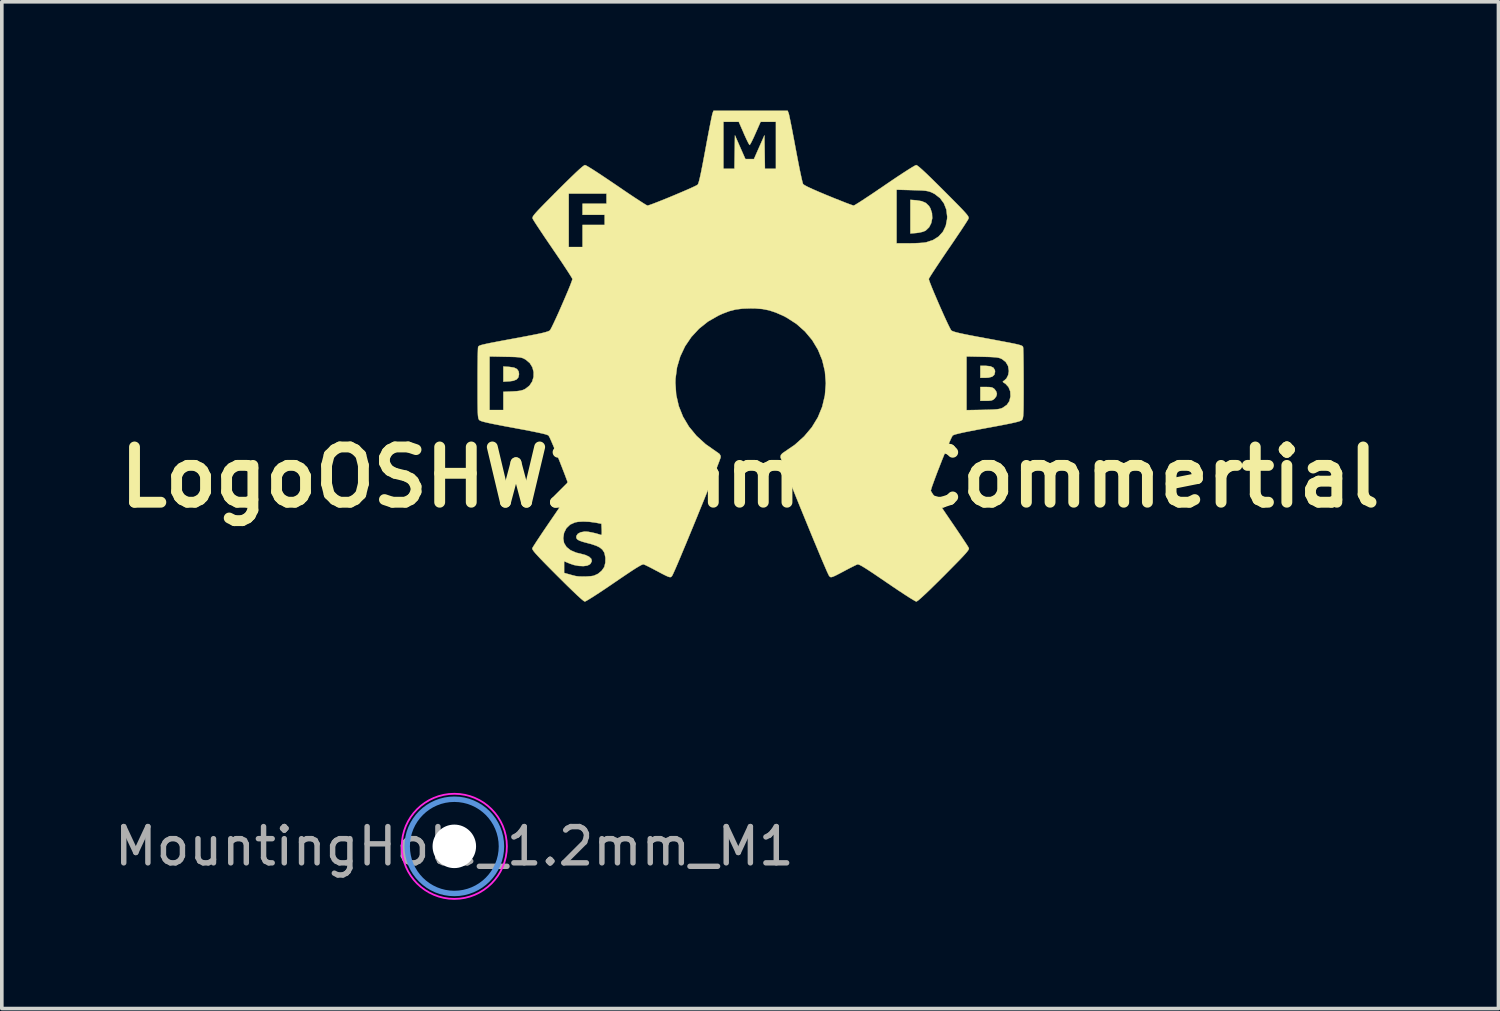
<source format=kicad_pcb>
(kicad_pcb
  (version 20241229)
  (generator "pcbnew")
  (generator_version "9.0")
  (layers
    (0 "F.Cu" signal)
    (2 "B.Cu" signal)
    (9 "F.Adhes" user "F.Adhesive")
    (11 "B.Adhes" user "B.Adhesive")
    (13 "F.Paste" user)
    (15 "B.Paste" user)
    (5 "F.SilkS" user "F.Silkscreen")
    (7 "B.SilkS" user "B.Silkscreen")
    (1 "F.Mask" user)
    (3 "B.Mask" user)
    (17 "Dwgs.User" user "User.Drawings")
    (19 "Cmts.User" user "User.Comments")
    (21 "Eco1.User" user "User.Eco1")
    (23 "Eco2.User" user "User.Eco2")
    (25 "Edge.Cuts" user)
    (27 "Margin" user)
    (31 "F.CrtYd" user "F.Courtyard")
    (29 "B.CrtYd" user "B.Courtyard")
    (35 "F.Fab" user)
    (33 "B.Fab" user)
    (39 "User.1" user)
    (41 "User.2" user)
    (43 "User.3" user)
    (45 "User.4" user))
  (footprint "MountingHole_1.2mm_M1"
    (layer "F.Cu")
    (at 9.482 20.296)
    (property "Reference" "MountingHole_1.2mm_M1" (at 0 -2.9 0) (layer "Eco2.User") (effects (font (size 1 1) (thickness 0.15))))
    (attr exclude_from_pos_files exclude_from_bom)
    (fp_circle (center 0 0) (end 1.3 0) (stroke (width 0.15) (type solid)) (fill no) (layer "Cmts.User"))
    (fp_circle (center 0 0) (end 1.45 0) (stroke (width 0.05) (type solid)) (fill no) (layer "F.CrtYd"))
    (fp_text user "${REFERENCE}" (at 0 0 0) (layer "F.Fab") (effects (font (size 1 1) (thickness 0.15))))
    (pad "" np_thru_hole circle (at 0 0) (size 1.2 1.2) (drill 1.2) (layers "*.Cu" "*.Mask")))
  (footprint "LogoOSHW20mmNoCommertial"
    (layer "F.Cu")
    (at 17.642 10.114)
    (property "Reference" "LogoOSHW20mmNoCommertial" (at 0 0 0) (layer "F.SilkS") (effects (font (size 1.524 1.524) (thickness 0.3))))
    (attr through_hole)
    (fp_poly (pts (xy -6.639 -3.043) (xy -6.513 -3.024) (xy -6.43 -2.983) (xy -6.386 -2.918) (xy -6.375 -2.845) (xy -6.392 -2.757) (xy -6.443 -2.697) (xy -6.533 -2.66) (xy -6.639 -2.646) (xy -6.807 -2.636) (xy -6.807 -3.054) (xy -6.639 -3.043)) (stroke (width 0.01) (type solid)) (fill yes) (layer "F.SilkS"))
    (fp_poly (pts (xy 6.628 -3.06) (xy 6.71 -3.021) (xy 6.751 -2.954) (xy 6.756 -2.908) (xy 6.736 -2.827) (xy 6.675 -2.773) (xy 6.572 -2.747) (xy 6.502 -2.743) (xy 6.35 -2.743) (xy 6.35 -3.073) (xy 6.502 -3.073) (xy 6.628 -3.06)) (stroke (width 0.01) (type solid)) (fill yes) (layer "F.SilkS"))
    (fp_poly (pts (xy 4.584 -7.639) (xy 4.735 -7.614) (xy 4.848 -7.564) (xy 4.932 -7.483) (xy 4.972 -7.417) (xy 5.016 -7.284) (xy 5.023 -7.144) (xy 4.995 -7.01) (xy 4.936 -6.894) (xy 4.846 -6.808) (xy 4.831 -6.798) (xy 4.758 -6.769) (xy 4.657 -6.747) (xy 4.584 -6.737) (xy 4.42 -6.724) (xy 4.42 -7.652) (xy 4.584 -7.639)) (stroke (width 0.01) (type solid)) (fill yes) (layer "F.SilkS"))
    (fp_poly (pts (xy 6.612 -2.486) (xy 6.674 -2.475) (xy 6.719 -2.45) (xy 6.745 -2.427) (xy 6.788 -2.365) (xy 6.807 -2.301) (xy 6.807 -2.299) (xy 6.79 -2.235) (xy 6.747 -2.173) (xy 6.745 -2.171) (xy 6.702 -2.136) (xy 6.653 -2.117) (xy 6.58 -2.109) (xy 6.516 -2.108) (xy 6.35 -2.108) (xy 6.35 -2.489) (xy 6.516 -2.489) (xy 6.612 -2.486)) (stroke (width 0.01) (type solid)) (fill yes) (layer "F.SilkS"))
    (fp_poly (pts (xy 1.062 -10.039) (xy 1.073 -9.999) (xy 1.091 -9.914) (xy 1.116 -9.792) (xy 1.147 -9.638) (xy 1.181 -9.459) (xy 1.219 -9.26) (xy 1.257 -9.055) (xy 1.297 -8.844) (xy 1.335 -8.647) (xy 1.37 -8.471) (xy 1.402 -8.321) (xy 1.428 -8.203) (xy 1.448 -8.123) (xy 1.46 -8.087) (xy 1.498 -8.058) (xy 1.583 -8.012) (xy 1.716 -7.95) (xy 1.897 -7.871) (xy 2.126 -7.775) (xy 2.154 -7.764) (xy 2.327 -7.693) (xy 2.487 -7.63) (xy 2.625 -7.575) (xy 2.737 -7.533) (xy 2.815 -7.505) (xy 2.854 -7.493) (xy 2.856 -7.493) (xy 2.886 -7.507) (xy 2.952 -7.547) (xy 3.051 -7.609) (xy 3.177 -7.692) (xy 3.326 -7.79) (xy 3.492 -7.902) (xy 3.672 -8.024) (xy 3.712 -8.052) (xy 3.896 -8.177) (xy 4.067 -8.292) (xy 4.222 -8.394) (xy 4.356 -8.48) (xy 4.463 -8.547) (xy 4.539 -8.591) (xy 4.578 -8.61) (xy 4.581 -8.611) (xy 4.611 -8.596) (xy 4.667 -8.553) (xy 4.751 -8.479) (xy 4.865 -8.373) (xy 5.009 -8.234) (xy 5.185 -8.06) (xy 5.342 -7.904) (xy 5.52 -7.725) (xy 5.665 -7.579) (xy 5.78 -7.462) (xy 5.869 -7.369) (xy 5.934 -7.298) (xy 5.98 -7.244) (xy 6.008 -7.205) (xy 6.023 -7.176) (xy 6.027 -7.155) (xy 6.024 -7.136) (xy 6.022 -7.131) (xy 6.002 -7.095) (xy 5.957 -7.023) (xy 5.89 -6.919) (xy 5.804 -6.789) (xy 5.702 -6.638) (xy 5.589 -6.47) (xy 5.466 -6.291) (xy 5.462 -6.285) (xy 5.341 -6.107) (xy 5.23 -5.942) (xy 5.131 -5.793) (xy 5.048 -5.667) (xy 4.985 -5.568) (xy 4.943 -5.5) (xy 4.928 -5.469) (xy 4.928 -5.468) (xy 4.938 -5.429) (xy 4.966 -5.351) (xy 5.009 -5.242) (xy 5.064 -5.109) (xy 5.128 -4.959) (xy 5.196 -4.8) (xy 5.267 -4.639) (xy 5.336 -4.484) (xy 5.401 -4.342) (xy 5.458 -4.22) (xy 5.505 -4.125) (xy 5.537 -4.066) (xy 5.548 -4.05) (xy 5.573 -4.034) (xy 5.616 -4.017) (xy 5.683 -3.997) (xy 5.777 -3.974) (xy 5.903 -3.947) (xy 6.067 -3.914) (xy 6.272 -3.875) (xy 6.466 -3.839) (xy 6.721 -3.792) (xy 6.931 -3.752) (xy 7.101 -3.72) (xy 7.234 -3.694) (xy 7.335 -3.673) (xy 7.409 -3.655) (xy 7.46 -3.64) (xy 7.493 -3.627) (xy 7.513 -3.615) (xy 7.524 -3.602) (xy 7.528 -3.592) (xy 7.532 -3.558) (xy 7.535 -3.479) (xy 7.538 -3.362) (xy 7.54 -3.211) (xy 7.542 -3.032) (xy 7.543 -2.832) (xy 7.544 -2.616) (xy 7.544 -2.592) (xy 7.544 -2.344) (xy 7.543 -2.142) (xy 7.542 -1.98) (xy 7.54 -1.855) (xy 7.536 -1.76) (xy 7.532 -1.692) (xy 7.525 -1.644) (xy 7.517 -1.612) (xy 7.507 -1.591) (xy 7.499 -1.581) (xy 7.48 -1.566) (xy 7.443 -1.55) (xy 7.386 -1.532) (xy 7.303 -1.511) (xy 7.19 -1.486) (xy 7.042 -1.456) (xy 6.854 -1.42) (xy 6.623 -1.377) (xy 6.541 -1.362) (xy 6.283 -1.314) (xy 6.071 -1.273) (xy 5.902 -1.239) (xy 5.773 -1.21) (xy 5.68 -1.187) (xy 5.62 -1.168) (xy 5.589 -1.152) (xy 5.586 -1.149) (xy 5.564 -1.113) (xy 5.528 -1.037) (xy 5.48 -0.928) (xy 5.424 -0.795) (xy 5.362 -0.643) (xy 5.296 -0.481) (xy 5.231 -0.314) (xy 5.167 -0.151) (xy 5.109 0.003) (xy 5.059 0.139) (xy 5.019 0.25) (xy 4.994 0.33) (xy 4.984 0.372) (xy 4.984 0.375) (xy 5.001 0.406) (xy 5.043 0.473) (xy 5.108 0.572) (xy 5.191 0.697) (xy 5.29 0.844) (xy 5.401 1.008) (xy 5.506 1.162) (xy 5.625 1.336) (xy 5.735 1.499) (xy 5.833 1.645) (xy 5.915 1.769) (xy 5.979 1.866) (xy 6.019 1.931) (xy 6.033 1.958) (xy 6.033 1.977) (xy 6.021 2.004) (xy 5.993 2.043) (xy 5.948 2.098) (xy 5.881 2.172) (xy 5.79 2.268) (xy 5.672 2.389) (xy 5.524 2.539) (xy 5.344 2.721) (xy 5.138 2.925) (xy 4.964 3.096) (xy 4.821 3.232) (xy 4.711 3.333) (xy 4.634 3.399) (xy 4.591 3.427) (xy 4.585 3.429) (xy 4.553 3.415) (xy 4.484 3.375) (xy 4.383 3.313) (xy 4.256 3.231) (xy 4.108 3.134) (xy 3.943 3.023) (xy 3.774 2.908) (xy 3.564 2.765) (xy 3.393 2.649) (xy 3.255 2.558) (xy 3.148 2.49) (xy 3.069 2.443) (xy 3.013 2.415) (xy 2.977 2.403) (xy 2.961 2.403) (xy 2.92 2.421) (xy 2.844 2.458) (xy 2.743 2.509) (xy 2.629 2.569) (xy 2.607 2.581) (xy 2.467 2.655) (xy 2.366 2.707) (xy 2.294 2.74) (xy 2.247 2.755) (xy 2.216 2.754) (xy 2.195 2.74) (xy 2.176 2.716) (xy 2.174 2.713) (xy 2.154 2.672) (xy 2.116 2.591) (xy 2.065 2.472) (xy 2 2.322) (xy 1.925 2.144) (xy 1.842 1.944) (xy 1.751 1.727) (xy 1.656 1.496) (xy 1.558 1.257) (xy 1.459 1.015) (xy 1.36 0.774) (xy 1.265 0.539) (xy 1.175 0.314) (xy 1.091 0.105) (xy 1.016 -0.083) (xy 0.952 -0.247) (xy 0.9 -0.381) (xy 0.863 -0.481) (xy 0.842 -0.541) (xy 0.838 -0.557) (xy 0.849 -0.613) (xy 0.889 -0.659) (xy 0.933 -0.689) (xy 1.234 -0.896) (xy 1.49 -1.126) (xy 1.702 -1.378) (xy 1.868 -1.651) (xy 1.95 -1.85) (xy 5.969 -1.85) (xy 6.42 -1.858) (xy 6.587 -1.862) (xy 6.713 -1.867) (xy 6.805 -1.874) (xy 6.872 -1.884) (xy 6.923 -1.897) (xy 6.966 -1.915) (xy 6.971 -1.918) (xy 7.082 -1.996) (xy 7.151 -2.098) (xy 7.182 -2.23) (xy 7.175 -2.37) (xy 7.127 -2.488) (xy 7.044 -2.578) (xy 7.03 -2.587) (xy 6.98 -2.62) (xy 6.97 -2.64) (xy 6.996 -2.659) (xy 7.007 -2.665) (xy 7.071 -2.725) (xy 7.118 -2.818) (xy 7.137 -2.925) (xy 7.137 -2.935) (xy 7.115 -3.069) (xy 7.05 -3.18) (xy 6.95 -3.258) (xy 6.906 -3.279) (xy 6.859 -3.294) (xy 6.798 -3.305) (xy 6.716 -3.312) (xy 6.603 -3.318) (xy 6.45 -3.322) (xy 6.407 -3.323) (xy 5.969 -3.332) (xy 5.969 -1.85) (xy 1.95 -1.85) (xy 1.988 -1.943) (xy 2.062 -2.254) (xy 2.088 -2.581) (xy 2.088 -2.603) (xy 2.062 -2.924) (xy 1.989 -3.23) (xy 1.871 -3.518) (xy 1.712 -3.783) (xy 1.512 -4.022) (xy 1.276 -4.231) (xy 1.005 -4.405) (xy 0.905 -4.457) (xy 0.705 -4.544) (xy 0.523 -4.604) (xy 0.342 -4.64) (xy 0.142 -4.656) (xy 0.013 -4.658) (xy -0.207 -4.651) (xy -0.397 -4.627) (xy -0.576 -4.581) (xy -0.763 -4.51) (xy -0.879 -4.457) (xy -1.162 -4.295) (xy -1.41 -4.097) (xy -1.622 -3.868) (xy -1.796 -3.611) (xy -1.928 -3.331) (xy -2.017 -3.031) (xy -2.059 -2.715) (xy -2.062 -2.603) (xy -2.04 -2.275) (xy -1.969 -1.963) (xy -1.852 -1.67) (xy -1.689 -1.396) (xy -1.48 -1.142) (xy -1.227 -0.911) (xy -0.929 -0.702) (xy -0.908 -0.689) (xy -0.844 -0.641) (xy -0.817 -0.593) (xy -0.813 -0.557) (xy -0.822 -0.523) (xy -0.849 -0.448) (xy -0.892 -0.335) (xy -0.949 -0.189) (xy -1.018 -0.015) (xy -1.096 0.182) (xy -1.182 0.397) (xy -1.275 0.626) (xy -1.372 0.864) (xy -1.47 1.106) (xy -1.569 1.347) (xy -1.667 1.584) (xy -1.76 1.81) (xy -1.849 2.022) (xy -1.929 2.214) (xy -2 2.382) (xy -2.06 2.521) (xy -2.107 2.626) (xy -2.138 2.693) (xy -2.149 2.713) (xy -2.168 2.739) (xy -2.188 2.754) (xy -2.218 2.755) (xy -2.264 2.742) (xy -2.332 2.711) (xy -2.431 2.661) (xy -2.567 2.588) (xy -2.582 2.581) (xy -2.698 2.519) (xy -2.801 2.466) (xy -2.883 2.426) (xy -2.931 2.405) (xy -2.936 2.403) (xy -2.96 2.405) (xy -3.001 2.421) (xy -3.063 2.455) (xy -3.15 2.507) (xy -3.265 2.581) (xy -3.412 2.679) (xy -3.594 2.802) (xy -3.749 2.908) (xy -3.925 3.028) (xy -4.089 3.138) (xy -4.237 3.235) (xy -4.363 3.316) (xy -4.462 3.377) (xy -4.529 3.416) (xy -4.56 3.429) (xy -4.593 3.411) (xy -4.66 3.356) (xy -4.761 3.265) (xy -4.894 3.138) (xy -5.06 2.977) (xy -5.256 2.782) (xy -5.318 2.721) (xy -5.5 2.538) (xy -5.648 2.388) (xy -5.766 2.267) (xy -5.856 2.171) (xy -5.923 2.098) (xy -5.968 2.043) (xy -5.995 2.004) (xy -6.008 1.976) (xy -6.008 1.958) (xy -5.99 1.925) (xy -5.946 1.856) (xy -5.881 1.755) (xy -5.834 1.685) (xy -5.156 1.685) (xy -5.133 1.815) (xy -5.064 1.926) (xy -4.952 2.015) (xy -4.799 2.081) (xy -4.685 2.108) (xy -4.543 2.146) (xy -4.441 2.194) (xy -4.382 2.251) (xy -4.368 2.315) (xy -4.401 2.381) (xy -4.422 2.403) (xy -4.494 2.438) (xy -4.599 2.452) (xy -4.725 2.446) (xy -4.859 2.421) (xy -4.972 2.383) (xy -5.131 2.317) (xy -5.131 2.64) (xy -4.997 2.677) (xy -4.912 2.701) (xy -4.84 2.719) (xy -4.813 2.726) (xy -4.733 2.736) (xy -4.623 2.74) (xy -4.504 2.738) (xy -4.395 2.73) (xy -4.316 2.718) (xy -4.312 2.717) (xy -4.196 2.664) (xy -4.095 2.58) (xy -4.026 2.481) (xy -4.022 2.472) (xy -3.994 2.356) (xy -3.991 2.224) (xy -4.015 2.103) (xy -4.029 2.068) (xy -4.075 1.998) (xy -4.145 1.939) (xy -4.246 1.889) (xy -4.386 1.842) (xy -4.486 1.816) (xy -4.623 1.779) (xy -4.715 1.746) (xy -4.77 1.712) (xy -4.794 1.673) (xy -4.793 1.624) (xy -4.791 1.618) (xy -4.752 1.56) (xy -4.675 1.519) (xy -4.57 1.5) (xy -4.536 1.499) (xy -4.462 1.506) (xy -4.361 1.525) (xy -4.255 1.549) (xy -4.164 1.576) (xy -4.133 1.587) (xy -4.108 1.593) (xy -4.095 1.578) (xy -4.092 1.532) (xy -4.094 1.445) (xy -4.102 1.283) (xy -4.267 1.252) (xy -4.437 1.229) (xy -4.603 1.222) (xy -4.748 1.23) (xy -4.832 1.246) (xy -4.966 1.307) (xy -5.068 1.405) (xy -5.133 1.533) (xy -5.156 1.683) (xy -5.156 1.685) (xy -5.834 1.685) (xy -5.796 1.627) (xy -5.697 1.479) (xy -5.585 1.314) (xy -5.481 1.162) (xy -5.362 0.988) (xy -5.252 0.826) (xy -5.155 0.681) (xy -5.074 0.559) (xy -5.012 0.463) (xy -4.972 0.4) (xy -4.959 0.375) (xy -4.965 0.341) (xy -4.988 0.267) (xy -5.025 0.16) (xy -5.074 0.028) (xy -5.131 -0.123) (xy -5.194 -0.285) (xy -5.259 -0.451) (xy -5.325 -0.615) (xy -5.388 -0.769) (xy -5.446 -0.906) (xy -5.495 -1.02) (xy -5.533 -1.102) (xy -5.558 -1.146) (xy -5.56 -1.149) (xy -5.586 -1.164) (xy -5.64 -1.183) (xy -5.726 -1.205) (xy -5.848 -1.232) (xy -6.008 -1.265) (xy -6.211 -1.305) (xy -6.46 -1.351) (xy -6.516 -1.362) (xy -6.762 -1.407) (xy -6.962 -1.446) (xy -7.122 -1.477) (xy -7.246 -1.504) (xy -7.338 -1.526) (xy -7.402 -1.544) (xy -7.445 -1.561) (xy -7.469 -1.576) (xy -7.474 -1.581) (xy -7.485 -1.597) (xy -7.495 -1.621) (xy -7.502 -1.658) (xy -7.508 -1.712) (xy -7.512 -1.788) (xy -7.514 -1.854) (xy -7.188 -1.854) (xy -6.807 -1.854) (xy -6.807 -2.356) (xy -6.56 -2.366) (xy -6.432 -2.374) (xy -6.339 -2.386) (xy -6.268 -2.406) (xy -6.201 -2.437) (xy -6.198 -2.439) (xy -6.087 -2.526) (xy -6.012 -2.639) (xy -5.974 -2.767) (xy -5.972 -2.902) (xy -6.006 -3.032) (xy -6.077 -3.148) (xy -6.184 -3.239) (xy -6.189 -3.242) (xy -6.235 -3.269) (xy -6.278 -3.288) (xy -6.325 -3.301) (xy -6.386 -3.31) (xy -6.471 -3.316) (xy -6.588 -3.32) (xy -6.747 -3.323) (xy -6.75 -3.323) (xy -7.188 -3.332) (xy -7.188 -1.854) (xy -7.514 -1.854) (xy -7.515 -1.892) (xy -7.517 -2.029) (xy -7.518 -2.203) (xy -7.518 -2.42) (xy -7.518 -2.592) (xy -7.518 -2.809) (xy -7.517 -3.011) (xy -7.515 -3.192) (xy -7.513 -3.346) (xy -7.51 -3.468) (xy -7.507 -3.551) (xy -7.503 -3.59) (xy -7.503 -3.592) (xy -7.496 -3.605) (xy -7.484 -3.618) (xy -7.462 -3.63) (xy -7.425 -3.644) (xy -7.368 -3.659) (xy -7.289 -3.677) (xy -7.181 -3.7) (xy -7.04 -3.727) (xy -6.862 -3.761) (xy -6.641 -3.802) (xy -6.441 -3.839) (xy -6.199 -3.884) (xy -6.003 -3.922) (xy -5.848 -3.953) (xy -5.729 -3.979) (xy -5.641 -4.002) (xy -5.58 -4.021) (xy -5.541 -4.038) (xy -5.523 -4.05) (xy -5.501 -4.085) (xy -5.463 -4.158) (xy -5.412 -4.264) (xy -5.351 -4.395) (xy -5.284 -4.543) (xy -5.214 -4.702) (xy -5.144 -4.863) (xy -5.077 -5.019) (xy -5.016 -5.163) (xy -4.965 -5.288) (xy -4.928 -5.386) (xy -4.906 -5.449) (xy -4.902 -5.468) (xy -4.916 -5.497) (xy -4.956 -5.562) (xy -5.018 -5.66) (xy -5.1 -5.785) (xy -5.197 -5.932) (xy -5.308 -6.096) (xy -5.429 -6.273) (xy -5.437 -6.285) (xy -5.559 -6.464) (xy -5.673 -6.632) (xy -5.775 -6.785) (xy -5.862 -6.916) (xy -5.93 -7.02) (xy -5.976 -7.094) (xy -5.997 -7.13) (xy -5.997 -7.131) (xy -6.002 -7.149) (xy -6 -7.169) (xy -5.989 -7.196) (xy -5.964 -7.232) (xy -5.924 -7.28) (xy -5.865 -7.346) (xy -5.783 -7.432) (xy -5.676 -7.542) (xy -5.54 -7.679) (xy -5.397 -7.823) (xy -5.004 -7.823) (xy -5.004 -6.35) (xy -4.623 -6.35) (xy -4.623 -6.452) (xy 4.039 -6.452) (xy 4.38 -6.452) (xy 4.521 -6.454) (xy 4.657 -6.46) (xy 4.772 -6.468) (xy 4.853 -6.479) (xy 4.856 -6.48) (xy 5.046 -6.543) (xy 5.201 -6.641) (xy 5.319 -6.773) (xy 5.397 -6.934) (xy 5.433 -7.123) (xy 5.436 -7.188) (xy 5.413 -7.383) (xy 5.346 -7.554) (xy 5.239 -7.699) (xy 5.092 -7.813) (xy 5.016 -7.852) (xy 4.963 -7.874) (xy 4.906 -7.89) (xy 4.838 -7.902) (xy 4.747 -7.91) (xy 4.625 -7.915) (xy 4.464 -7.92) (xy 4.039 -7.931) (xy 4.039 -6.452) (xy -4.623 -6.452) (xy -4.623 -6.96) (xy -4.013 -6.96) (xy -4.013 -7.239) (xy -4.623 -7.239) (xy -4.623 -7.544) (xy -3.962 -7.544) (xy -3.962 -7.823) (xy -5.004 -7.823) (xy -5.397 -7.823) (xy -5.372 -7.848) (xy -5.317 -7.904) (xy -5.115 -8.105) (xy -4.946 -8.27) (xy -4.81 -8.401) (xy -4.703 -8.5) (xy -4.626 -8.566) (xy -4.576 -8.602) (xy -4.556 -8.611) (xy -4.523 -8.597) (xy -4.453 -8.557) (xy -4.351 -8.494) (xy -4.222 -8.411) (xy -4.071 -8.311) (xy -3.902 -8.198) (xy -3.72 -8.075) (xy -3.686 -8.052) (xy -3.505 -7.928) (xy -3.335 -7.813) (xy -3.182 -7.711) (xy -3.051 -7.626) (xy -2.946 -7.558) (xy -2.872 -7.513) (xy -2.834 -7.494) (xy -2.831 -7.493) (xy -2.792 -7.503) (xy -2.714 -7.53) (xy -2.606 -7.571) (xy -2.473 -7.623) (xy -2.324 -7.683) (xy -2.166 -7.748) (xy -2.007 -7.815) (xy -1.854 -7.88) (xy -1.715 -7.94) (xy -1.597 -7.993) (xy -1.508 -8.035) (xy -1.456 -8.063) (xy -1.446 -8.07) (xy -1.43 -8.102) (xy -1.409 -8.17) (xy -1.383 -8.277) (xy -1.351 -8.425) (xy -1.313 -8.617) (xy -1.268 -8.855) (xy -1.233 -9.042) (xy -1.194 -9.256) (xy -1.156 -9.455) (xy -1.121 -9.636) (xy -1.091 -9.79) (xy -1.088 -9.804) (xy -0.737 -9.804) (xy -0.737 -8.509) (xy -0.433 -8.509) (xy -0.426 -8.97) (xy -0.419 -9.431) (xy -0.275 -9.103) (xy -0.131 -8.776) (xy 0.105 -8.776) (xy 0.249 -9.103) (xy 0.394 -9.431) (xy 0.401 -8.97) (xy 0.408 -8.509) (xy 0.711 -8.509) (xy 0.711 -9.804) (xy 0.289 -9.804) (xy 0.148 -9.485) (xy 0.096 -9.369) (xy 0.049 -9.272) (xy 0.012 -9.202) (xy -0.011 -9.167) (xy -0.014 -9.165) (xy -0.031 -9.187) (xy -0.064 -9.247) (xy -0.108 -9.338) (xy -0.159 -9.449) (xy -0.174 -9.485) (xy -0.313 -9.804) (xy -0.737 -9.804) (xy -1.088 -9.804) (xy -1.066 -9.913) (xy -1.047 -9.998) (xy -1.037 -10.039) (xy -1.037 -10.039) (xy -1.01 -10.109) (xy 1.035 -10.109) (xy 1.062 -10.039)) (stroke (width 0.01) (type solid)) (fill yes) (layer "F.SilkS")))
  (gr_rect
    (start -3 -3)
    (end 38.284 24.771)
    (stroke (width 0.1) (type default))
    (fill no)
    (layer "Edge.Cuts")))
</source>
